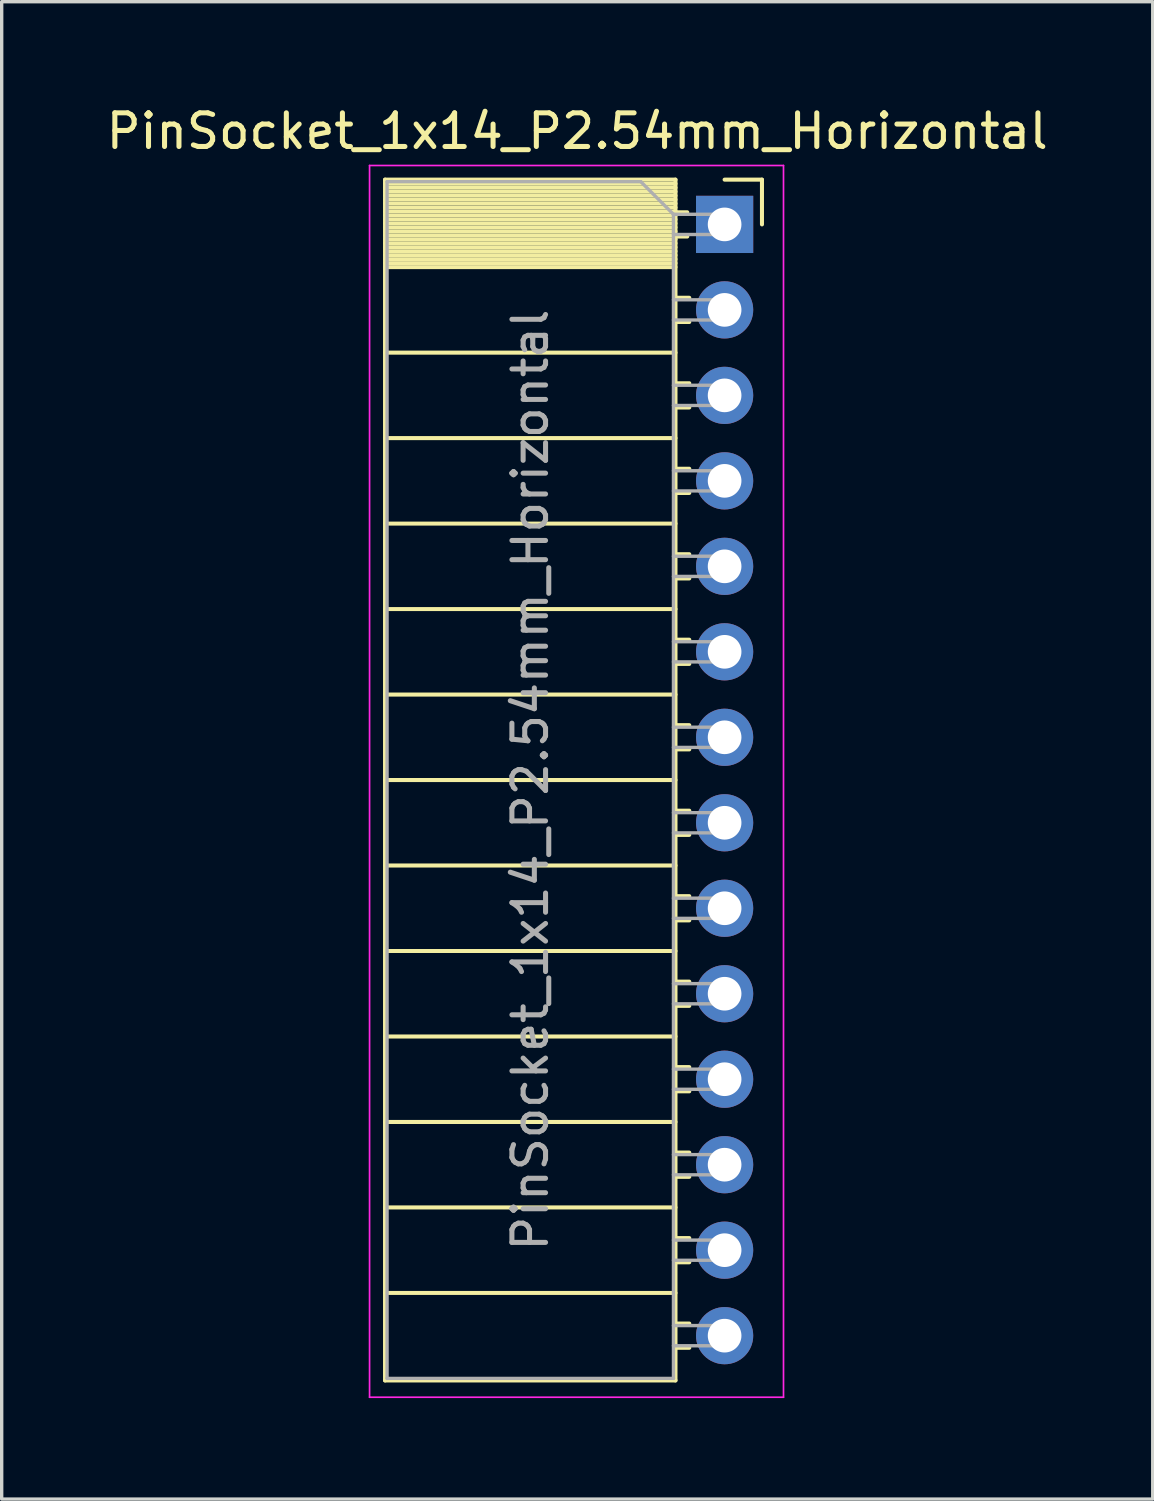
<source format=kicad_pcb>
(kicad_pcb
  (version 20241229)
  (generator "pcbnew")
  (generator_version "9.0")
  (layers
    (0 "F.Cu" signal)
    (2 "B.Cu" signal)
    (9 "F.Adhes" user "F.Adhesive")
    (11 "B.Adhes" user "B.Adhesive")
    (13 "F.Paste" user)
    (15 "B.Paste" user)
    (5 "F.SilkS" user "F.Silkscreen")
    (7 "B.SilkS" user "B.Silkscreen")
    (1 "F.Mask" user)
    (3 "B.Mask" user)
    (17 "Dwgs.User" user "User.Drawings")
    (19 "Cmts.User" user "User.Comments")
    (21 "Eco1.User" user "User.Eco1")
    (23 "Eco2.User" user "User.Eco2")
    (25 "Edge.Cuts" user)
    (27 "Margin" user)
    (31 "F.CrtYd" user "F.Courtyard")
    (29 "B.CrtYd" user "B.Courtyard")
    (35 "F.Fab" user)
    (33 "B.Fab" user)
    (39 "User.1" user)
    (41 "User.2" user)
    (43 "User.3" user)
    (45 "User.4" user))
  (footprint "PinSocket_1x14_P2.54mm_Horizontal"
    (layer "F.Cu")
    (at 18.481 3.618)
    (property "Reference" "PinSocket_1x14_P2.54mm_Horizontal" (at -4.38 -2.77 0) (layer "F.SilkS") (effects (font (size 1 1) (thickness 0.15))))
    (attr through_hole)
    (fp_line (start -10.09 -1.33) (end -10.09 34.35) (stroke (width 0.12) (type solid)) (layer "F.SilkS"))
    (fp_line (start -10.09 -1.33) (end -1.46 -1.33) (stroke (width 0.12) (type solid)) (layer "F.SilkS"))
    (fp_line (start -10.09 -1.21) (end -1.46 -1.21) (stroke (width 0.12) (type solid)) (layer "F.SilkS"))
    (fp_line (start -10.09 -1.092) (end -1.46 -1.092) (stroke (width 0.12) (type solid)) (layer "F.SilkS"))
    (fp_line (start -10.09 -0.974) (end -1.46 -0.974) (stroke (width 0.12) (type solid)) (layer "F.SilkS"))
    (fp_line (start -10.09 -0.856) (end -1.46 -0.856) (stroke (width 0.12) (type solid)) (layer "F.SilkS"))
    (fp_line (start -10.09 -0.738) (end -1.46 -0.738) (stroke (width 0.12) (type solid)) (layer "F.SilkS"))
    (fp_line (start -10.09 -0.62) (end -1.46 -0.62) (stroke (width 0.12) (type solid)) (layer "F.SilkS"))
    (fp_line (start -10.09 -0.501) (end -1.46 -0.501) (stroke (width 0.12) (type solid)) (layer "F.SilkS"))
    (fp_line (start -10.09 -0.383) (end -1.46 -0.383) (stroke (width 0.12) (type solid)) (layer "F.SilkS"))
    (fp_line (start -10.09 -0.265) (end -1.46 -0.265) (stroke (width 0.12) (type solid)) (layer "F.SilkS"))
    (fp_line (start -10.09 -0.147) (end -1.46 -0.147) (stroke (width 0.12) (type solid)) (layer "F.SilkS"))
    (fp_line (start -10.09 -0.029) (end -1.46 -0.029) (stroke (width 0.12) (type solid)) (layer "F.SilkS"))
    (fp_line (start -10.09 0.089) (end -1.46 0.089) (stroke (width 0.12) (type solid)) (layer "F.SilkS"))
    (fp_line (start -10.09 0.207) (end -1.46 0.207) (stroke (width 0.12) (type solid)) (layer "F.SilkS"))
    (fp_line (start -10.09 0.325) (end -1.46 0.325) (stroke (width 0.12) (type solid)) (layer "F.SilkS"))
    (fp_line (start -10.09 0.443) (end -1.46 0.443) (stroke (width 0.12) (type solid)) (layer "F.SilkS"))
    (fp_line (start -10.09 0.561) (end -1.46 0.561) (stroke (width 0.12) (type solid)) (layer "F.SilkS"))
    (fp_line (start -10.09 0.68) (end -1.46 0.68) (stroke (width 0.12) (type solid)) (layer "F.SilkS"))
    (fp_line (start -10.09 0.798) (end -1.46 0.798) (stroke (width 0.12) (type solid)) (layer "F.SilkS"))
    (fp_line (start -10.09 0.916) (end -1.46 0.916) (stroke (width 0.12) (type solid)) (layer "F.SilkS"))
    (fp_line (start -10.09 1.034) (end -1.46 1.034) (stroke (width 0.12) (type solid)) (layer "F.SilkS"))
    (fp_line (start -10.09 1.152) (end -1.46 1.152) (stroke (width 0.12) (type solid)) (layer "F.SilkS"))
    (fp_line (start -10.09 1.27) (end -1.46 1.27) (stroke (width 0.12) (type solid)) (layer "F.SilkS"))
    (fp_line (start -10.09 3.81) (end -1.46 3.81) (stroke (width 0.12) (type solid)) (layer "F.SilkS"))
    (fp_line (start -10.09 6.35) (end -1.46 6.35) (stroke (width 0.12) (type solid)) (layer "F.SilkS"))
    (fp_line (start -10.09 8.89) (end -1.46 8.89) (stroke (width 0.12) (type solid)) (layer "F.SilkS"))
    (fp_line (start -10.09 11.43) (end -1.46 11.43) (stroke (width 0.12) (type solid)) (layer "F.SilkS"))
    (fp_line (start -10.09 13.97) (end -1.46 13.97) (stroke (width 0.12) (type solid)) (layer "F.SilkS"))
    (fp_line (start -10.09 16.51) (end -1.46 16.51) (stroke (width 0.12) (type solid)) (layer "F.SilkS"))
    (fp_line (start -10.09 19.05) (end -1.46 19.05) (stroke (width 0.12) (type solid)) (layer "F.SilkS"))
    (fp_line (start -10.09 21.59) (end -1.46 21.59) (stroke (width 0.12) (type solid)) (layer "F.SilkS"))
    (fp_line (start -10.09 24.13) (end -1.46 24.13) (stroke (width 0.12) (type solid)) (layer "F.SilkS"))
    (fp_line (start -10.09 26.67) (end -1.46 26.67) (stroke (width 0.12) (type solid)) (layer "F.SilkS"))
    (fp_line (start -10.09 29.21) (end -1.46 29.21) (stroke (width 0.12) (type solid)) (layer "F.SilkS"))
    (fp_line (start -10.09 31.75) (end -1.46 31.75) (stroke (width 0.12) (type solid)) (layer "F.SilkS"))
    (fp_line (start -10.09 34.35) (end -1.46 34.35) (stroke (width 0.12) (type solid)) (layer "F.SilkS"))
    (fp_line (start -1.46 -1.33) (end -1.46 34.35) (stroke (width 0.12) (type solid)) (layer "F.SilkS"))
    (fp_line (start -1.46 -0.36) (end -1.11 -0.36) (stroke (width 0.12) (type solid)) (layer "F.SilkS"))
    (fp_line (start -1.46 0.36) (end -1.11 0.36) (stroke (width 0.12) (type solid)) (layer "F.SilkS"))
    (fp_line (start -1.46 2.18) (end -1.05 2.18) (stroke (width 0.12) (type solid)) (layer "F.SilkS"))
    (fp_line (start -1.46 2.9) (end -1.05 2.9) (stroke (width 0.12) (type solid)) (layer "F.SilkS"))
    (fp_line (start -1.46 4.72) (end -1.05 4.72) (stroke (width 0.12) (type solid)) (layer "F.SilkS"))
    (fp_line (start -1.46 5.44) (end -1.05 5.44) (stroke (width 0.12) (type solid)) (layer "F.SilkS"))
    (fp_line (start -1.46 7.26) (end -1.05 7.26) (stroke (width 0.12) (type solid)) (layer "F.SilkS"))
    (fp_line (start -1.46 7.98) (end -1.05 7.98) (stroke (width 0.12) (type solid)) (layer "F.SilkS"))
    (fp_line (start -1.46 9.8) (end -1.05 9.8) (stroke (width 0.12) (type solid)) (layer "F.SilkS"))
    (fp_line (start -1.46 10.52) (end -1.05 10.52) (stroke (width 0.12) (type solid)) (layer "F.SilkS"))
    (fp_line (start -1.46 12.34) (end -1.05 12.34) (stroke (width 0.12) (type solid)) (layer "F.SilkS"))
    (fp_line (start -1.46 13.06) (end -1.05 13.06) (stroke (width 0.12) (type solid)) (layer "F.SilkS"))
    (fp_line (start -1.46 14.88) (end -1.05 14.88) (stroke (width 0.12) (type solid)) (layer "F.SilkS"))
    (fp_line (start -1.46 15.6) (end -1.05 15.6) (stroke (width 0.12) (type solid)) (layer "F.SilkS"))
    (fp_line (start -1.46 17.42) (end -1.05 17.42) (stroke (width 0.12) (type solid)) (layer "F.SilkS"))
    (fp_line (start -1.46 18.14) (end -1.05 18.14) (stroke (width 0.12) (type solid)) (layer "F.SilkS"))
    (fp_line (start -1.46 19.96) (end -1.05 19.96) (stroke (width 0.12) (type solid)) (layer "F.SilkS"))
    (fp_line (start -1.46 20.68) (end -1.05 20.68) (stroke (width 0.12) (type solid)) (layer "F.SilkS"))
    (fp_line (start -1.46 22.5) (end -1.05 22.5) (stroke (width 0.12) (type solid)) (layer "F.SilkS"))
    (fp_line (start -1.46 23.22) (end -1.05 23.22) (stroke (width 0.12) (type solid)) (layer "F.SilkS"))
    (fp_line (start -1.46 25.04) (end -1.05 25.04) (stroke (width 0.12) (type solid)) (layer "F.SilkS"))
    (fp_line (start -1.46 25.76) (end -1.05 25.76) (stroke (width 0.12) (type solid)) (layer "F.SilkS"))
    (fp_line (start -1.46 27.58) (end -1.05 27.58) (stroke (width 0.12) (type solid)) (layer "F.SilkS"))
    (fp_line (start -1.46 28.3) (end -1.05 28.3) (stroke (width 0.12) (type solid)) (layer "F.SilkS"))
    (fp_line (start -1.46 30.12) (end -1.05 30.12) (stroke (width 0.12) (type solid)) (layer "F.SilkS"))
    (fp_line (start -1.46 30.84) (end -1.05 30.84) (stroke (width 0.12) (type solid)) (layer "F.SilkS"))
    (fp_line (start -1.46 32.66) (end -1.05 32.66) (stroke (width 0.12) (type solid)) (layer "F.SilkS"))
    (fp_line (start -1.46 33.38) (end -1.05 33.38) (stroke (width 0.12) (type solid)) (layer "F.SilkS"))
    (fp_line (start 0 -1.33) (end 1.11 -1.33) (stroke (width 0.12) (type solid)) (layer "F.SilkS"))
    (fp_line (start 1.11 -1.33) (end 1.11 0) (stroke (width 0.12) (type solid)) (layer "F.SilkS"))
    (fp_line (start -10.55 -1.75) (end -10.55 34.85) (stroke (width 0.05) (type solid)) (layer "F.CrtYd"))
    (fp_line (start -10.55 34.85) (end 1.75 34.85) (stroke (width 0.05) (type solid)) (layer "F.CrtYd"))
    (fp_line (start 1.75 -1.75) (end -10.55 -1.75) (stroke (width 0.05) (type solid)) (layer "F.CrtYd"))
    (fp_line (start 1.75 34.85) (end 1.75 -1.75) (stroke (width 0.05) (type solid)) (layer "F.CrtYd"))
    (fp_line (start -10.03 -1.27) (end -2.49 -1.27) (stroke (width 0.1) (type solid)) (layer "F.Fab"))
    (fp_line (start -10.03 34.29) (end -10.03 -1.27) (stroke (width 0.1) (type solid)) (layer "F.Fab"))
    (fp_line (start -2.49 -1.27) (end -1.52 -0.3) (stroke (width 0.1) (type solid)) (layer "F.Fab"))
    (fp_line (start -1.52 -0.3) (end -1.52 34.29) (stroke (width 0.1) (type solid)) (layer "F.Fab"))
    (fp_line (start -1.52 0.3) (end 0 0.3) (stroke (width 0.1) (type solid)) (layer "F.Fab"))
    (fp_line (start -1.52 2.84) (end 0 2.84) (stroke (width 0.1) (type solid)) (layer "F.Fab"))
    (fp_line (start -1.52 5.38) (end 0 5.38) (stroke (width 0.1) (type solid)) (layer "F.Fab"))
    (fp_line (start -1.52 7.92) (end 0 7.92) (stroke (width 0.1) (type solid)) (layer "F.Fab"))
    (fp_line (start -1.52 10.46) (end 0 10.46) (stroke (width 0.1) (type solid)) (layer "F.Fab"))
    (fp_line (start -1.52 13) (end 0 13) (stroke (width 0.1) (type solid)) (layer "F.Fab"))
    (fp_line (start -1.52 15.54) (end 0 15.54) (stroke (width 0.1) (type solid)) (layer "F.Fab"))
    (fp_line (start -1.52 18.08) (end 0 18.08) (stroke (width 0.1) (type solid)) (layer "F.Fab"))
    (fp_line (start -1.52 20.62) (end 0 20.62) (stroke (width 0.1) (type solid)) (layer "F.Fab"))
    (fp_line (start -1.52 23.16) (end 0 23.16) (stroke (width 0.1) (type solid)) (layer "F.Fab"))
    (fp_line (start -1.52 25.7) (end 0 25.7) (stroke (width 0.1) (type solid)) (layer "F.Fab"))
    (fp_line (start -1.52 28.24) (end 0 28.24) (stroke (width 0.1) (type solid)) (layer "F.Fab"))
    (fp_line (start -1.52 30.78) (end 0 30.78) (stroke (width 0.1) (type solid)) (layer "F.Fab"))
    (fp_line (start -1.52 33.32) (end 0 33.32) (stroke (width 0.1) (type solid)) (layer "F.Fab"))
    (fp_line (start -1.52 34.29) (end -10.03 34.29) (stroke (width 0.1) (type solid)) (layer "F.Fab"))
    (fp_line (start 0 -0.3) (end -1.52 -0.3) (stroke (width 0.1) (type solid)) (layer "F.Fab"))
    (fp_line (start 0 0.3) (end 0 -0.3) (stroke (width 0.1) (type solid)) (layer "F.Fab"))
    (fp_line (start 0 2.24) (end -1.52 2.24) (stroke (width 0.1) (type solid)) (layer "F.Fab"))
    (fp_line (start 0 2.84) (end 0 2.24) (stroke (width 0.1) (type solid)) (layer "F.Fab"))
    (fp_line (start 0 4.78) (end -1.52 4.78) (stroke (width 0.1) (type solid)) (layer "F.Fab"))
    (fp_line (start 0 5.38) (end 0 4.78) (stroke (width 0.1) (type solid)) (layer "F.Fab"))
    (fp_line (start 0 7.32) (end -1.52 7.32) (stroke (width 0.1) (type solid)) (layer "F.Fab"))
    (fp_line (start 0 7.92) (end 0 7.32) (stroke (width 0.1) (type solid)) (layer "F.Fab"))
    (fp_line (start 0 9.86) (end -1.52 9.86) (stroke (width 0.1) (type solid)) (layer "F.Fab"))
    (fp_line (start 0 10.46) (end 0 9.86) (stroke (width 0.1) (type solid)) (layer "F.Fab"))
    (fp_line (start 0 12.4) (end -1.52 12.4) (stroke (width 0.1) (type solid)) (layer "F.Fab"))
    (fp_line (start 0 13) (end 0 12.4) (stroke (width 0.1) (type solid)) (layer "F.Fab"))
    (fp_line (start 0 14.94) (end -1.52 14.94) (stroke (width 0.1) (type solid)) (layer "F.Fab"))
    (fp_line (start 0 15.54) (end 0 14.94) (stroke (width 0.1) (type solid)) (layer "F.Fab"))
    (fp_line (start 0 17.48) (end -1.52 17.48) (stroke (width 0.1) (type solid)) (layer "F.Fab"))
    (fp_line (start 0 18.08) (end 0 17.48) (stroke (width 0.1) (type solid)) (layer "F.Fab"))
    (fp_line (start 0 20.02) (end -1.52 20.02) (stroke (width 0.1) (type solid)) (layer "F.Fab"))
    (fp_line (start 0 20.62) (end 0 20.02) (stroke (width 0.1) (type solid)) (layer "F.Fab"))
    (fp_line (start 0 22.56) (end -1.52 22.56) (stroke (width 0.1) (type solid)) (layer "F.Fab"))
    (fp_line (start 0 23.16) (end 0 22.56) (stroke (width 0.1) (type solid)) (layer "F.Fab"))
    (fp_line (start 0 25.1) (end -1.52 25.1) (stroke (width 0.1) (type solid)) (layer "F.Fab"))
    (fp_line (start 0 25.7) (end 0 25.1) (stroke (width 0.1) (type solid)) (layer "F.Fab"))
    (fp_line (start 0 27.64) (end -1.52 27.64) (stroke (width 0.1) (type solid)) (layer "F.Fab"))
    (fp_line (start 0 28.24) (end 0 27.64) (stroke (width 0.1) (type solid)) (layer "F.Fab"))
    (fp_line (start 0 30.18) (end -1.52 30.18) (stroke (width 0.1) (type solid)) (layer "F.Fab"))
    (fp_line (start 0 30.78) (end 0 30.18) (stroke (width 0.1) (type solid)) (layer "F.Fab"))
    (fp_line (start 0 32.72) (end -1.52 32.72) (stroke (width 0.1) (type solid)) (layer "F.Fab"))
    (fp_line (start 0 33.32) (end 0 32.72) (stroke (width 0.1) (type solid)) (layer "F.Fab"))
    (fp_text user "${REFERENCE}" (at -5.775 16.51 90) (layer "F.Fab") (effects (font (size 1 1) (thickness 0.15))))
    (pad "1" thru_hole rect (at 0 0) (size 1.7 1.7) (drill 1) (layers "*.Cu" "*.Mask"))
    (pad "2" thru_hole oval (at 0 2.54) (size 1.7 1.7) (drill 1) (layers "*.Cu" "*.Mask"))
    (pad "3" thru_hole oval (at 0 5.08) (size 1.7 1.7) (drill 1) (layers "*.Cu" "*.Mask"))
    (pad "4" thru_hole oval (at 0 7.62) (size 1.7 1.7) (drill 1) (layers "*.Cu" "*.Mask"))
    (pad "5" thru_hole oval (at 0 10.16) (size 1.7 1.7) (drill 1) (layers "*.Cu" "*.Mask"))
    (pad "6" thru_hole oval (at 0 12.7) (size 1.7 1.7) (drill 1) (layers "*.Cu" "*.Mask"))
    (pad "7" thru_hole oval (at 0 15.24) (size 1.7 1.7) (drill 1) (layers "*.Cu" "*.Mask"))
    (pad "8" thru_hole oval (at 0 17.78) (size 1.7 1.7) (drill 1) (layers "*.Cu" "*.Mask"))
    (pad "9" thru_hole oval (at 0 20.32) (size 1.7 1.7) (drill 1) (layers "*.Cu" "*.Mask"))
    (pad "10" thru_hole oval (at 0 22.86) (size 1.7 1.7) (drill 1) (layers "*.Cu" "*.Mask"))
    (pad "11" thru_hole oval (at 0 25.4) (size 1.7 1.7) (drill 1) (layers "*.Cu" "*.Mask"))
    (pad "12" thru_hole oval (at 0 27.94) (size 1.7 1.7) (drill 1) (layers "*.Cu" "*.Mask"))
    (pad "13" thru_hole oval (at 0 30.48) (size 1.7 1.7) (drill 1) (layers "*.Cu" "*.Mask"))
    (pad "14" thru_hole oval (at 0 33.02) (size 1.7 1.7) (drill 1) (layers "*.Cu" "*.Mask")))
  (gr_rect
    (start -3 -3)
    (end 31.202 41.493)
    (stroke (width 0.1) (type default))
    (fill no)
    (layer "Edge.Cuts")))
</source>
